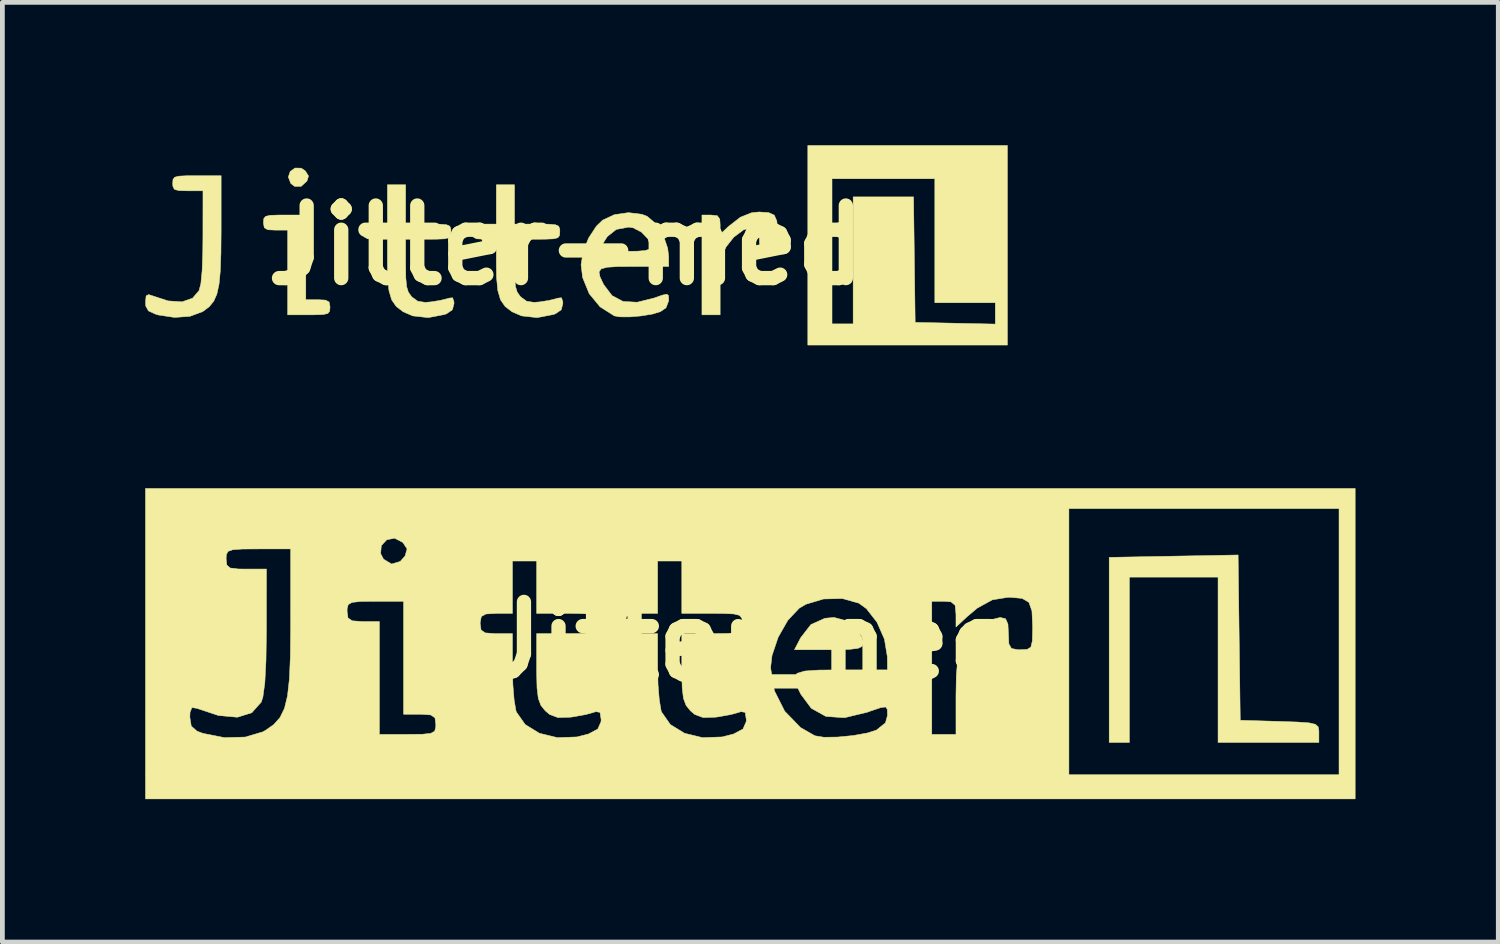
<source format=kicad_pcb>
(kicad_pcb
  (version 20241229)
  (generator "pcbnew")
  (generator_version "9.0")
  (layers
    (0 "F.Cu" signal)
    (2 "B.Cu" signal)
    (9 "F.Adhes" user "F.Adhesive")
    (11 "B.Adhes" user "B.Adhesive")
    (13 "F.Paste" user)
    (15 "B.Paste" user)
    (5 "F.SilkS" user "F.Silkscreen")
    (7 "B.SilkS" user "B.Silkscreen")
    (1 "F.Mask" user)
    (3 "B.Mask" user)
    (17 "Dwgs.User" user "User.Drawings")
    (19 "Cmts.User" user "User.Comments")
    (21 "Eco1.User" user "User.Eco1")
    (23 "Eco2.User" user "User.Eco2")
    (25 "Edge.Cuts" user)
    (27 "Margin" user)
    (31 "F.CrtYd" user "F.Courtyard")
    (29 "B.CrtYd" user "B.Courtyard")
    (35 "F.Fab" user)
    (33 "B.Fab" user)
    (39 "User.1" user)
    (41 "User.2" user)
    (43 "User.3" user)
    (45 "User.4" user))
  (footprint "Jitter_neg"
    (layer "F.Cu")
    (at 12.705 10.423)
    (property "Reference" "Jitter_neg" (at 0 0 0) (layer "F.SilkS") (effects (font (size 1.524 1.524) (thickness 0.3))))
    (attr through_hole)
    (fp_poly (pts (xy 1.995 -0.444) (xy 2.211 -0.285) (xy 2.349 -0.081) (xy 2.371 0.027) (xy 2.349 0.097) (xy 2.262 0.14) (xy 2.079 0.162) (xy 1.768 0.169) (xy 1.649 0.169) (xy 0.927 0.169) (xy 1.057 -0.082) (xy 1.272 -0.359) (xy 1.566 -0.491) (xy 1.758 -0.508) (xy 1.995 -0.444)) (stroke (width 0.01) (type solid)) (fill yes) (layer "F.SilkS"))
    (fp_poly (pts (xy 10.264 -0.085) (xy 10.287 1.651) (xy 11.113 1.675) (xy 11.491 1.688) (xy 11.731 1.705) (xy 11.865 1.736) (xy 11.923 1.788) (xy 11.938 1.872) (xy 11.938 1.908) (xy 11.938 2.117) (xy 9.821 2.117) (xy 9.821 -1.355) (xy 7.959 -1.355) (xy 7.959 2.117) (xy 7.535 2.117) (xy 7.535 -1.77) (xy 8.888 -1.795) (xy 10.242 -1.82) (xy 10.264 -0.085)) (stroke (width 0.01) (type solid)) (fill yes) (layer "F.SilkS"))
    (fp_poly (pts (xy 12.7 3.302) (xy -12.7 3.302) (xy -12.7 1.587) (xy -11.769 1.587) (xy -11.739 1.773) (xy -11.617 1.88) (xy -11.493 1.926) (xy -11.043 2.015) (xy -10.604 2.003) (xy -10.234 1.893) (xy -10.176 1.86) (xy -10.005 1.739) (xy -9.876 1.594) (xy -9.782 1.402) (xy -9.718 1.138) (xy -9.678 0.78) (xy -9.658 0.304) (xy -9.652 -0.314) (xy -9.652 -0.421) (xy -9.652 -0.635) (xy -8.467 -0.635) (xy -8.448 -0.499) (xy -8.361 -0.438) (xy -8.157 -0.423) (xy -8.128 -0.423) (xy -7.789 -0.423) (xy -7.789 1.947) (xy -7.197 1.947) (xy -6.887 1.944) (xy -6.71 1.926) (xy -6.628 1.88) (xy -6.605 1.792) (xy -6.604 1.736) (xy -6.622 1.599) (xy -6.71 1.539) (xy -6.913 1.524) (xy -6.943 1.524) (xy -7.281 1.524) (xy -7.281 -0.381) (xy -5.673 -0.381) (xy -5.654 -0.245) (xy -5.567 -0.184) (xy -5.363 -0.169) (xy -5.334 -0.169) (xy -4.995 -0.169) (xy -4.995 0.545) (xy -4.986 0.904) (xy -4.96 1.222) (xy -4.923 1.442) (xy -4.913 1.476) (xy -4.728 1.74) (xy -4.428 1.924) (xy -4.052 2.015) (xy -3.642 2.001) (xy -3.399 1.939) (xy -3.203 1.835) (xy -3.135 1.681) (xy -3.133 1.634) (xy -3.156 1.485) (xy -3.246 1.469) (xy -3.281 1.482) (xy -3.458 1.531) (xy -3.713 1.577) (xy -3.779 1.586) (xy -4.04 1.594) (xy -4.218 1.527) (xy -4.308 1.449) (xy -4.398 1.337) (xy -4.452 1.192) (xy -4.479 0.971) (xy -4.487 0.633) (xy -4.487 0.55) (xy -4.487 -0.169) (xy -3.852 -0.169) (xy -3.529 -0.172) (xy -3.34 -0.188) (xy -3.249 -0.229) (xy -3.22 -0.307) (xy -3.217 -0.381) (xy -2.625 -0.381) (xy -2.606 -0.245) (xy -2.519 -0.184) (xy -2.315 -0.169) (xy -2.286 -0.169) (xy -1.947 -0.169) (xy -1.947 0.545) (xy -1.938 0.904) (xy -1.912 1.222) (xy -1.875 1.442) (xy -1.865 1.476) (xy -1.68 1.74) (xy -1.38 1.924) (xy -1.004 2.015) (xy -0.594 2.001) (xy -0.351 1.939) (xy -0.155 1.835) (xy -0.087 1.681) (xy -0.085 1.634) (xy -0.108 1.485) (xy -0.198 1.469) (xy -0.233 1.482) (xy -0.41 1.531) (xy -0.665 1.577) (xy -0.731 1.586) (xy -0.992 1.594) (xy -1.17 1.527) (xy -1.26 1.449) (xy -1.35 1.337) (xy -1.404 1.192) (xy -1.431 0.971) (xy -1.439 0.633) (xy -1.439 0.55) (xy -1.439 0.547) (xy 0.425 0.547) (xy 0.505 1.03) (xy 0.722 1.461) (xy 1.054 1.803) (xy 1.355 1.976) (xy 1.545 2.007) (xy 1.836 2.003) (xy 2.163 1.971) (xy 2.462 1.917) (xy 2.646 1.858) (xy 2.837 1.705) (xy 2.879 1.553) (xy 2.877 1.425) (xy 2.843 1.371) (xy 2.738 1.385) (xy 2.521 1.458) (xy 2.455 1.482) (xy 1.977 1.597) (xy 1.587 1.57) (xy 1.28 1.399) (xy 1.058 1.1) (xy 0.959 0.894) (xy 0.927 0.754) (xy 0.981 0.665) (xy 1.143 0.617) (xy 1.431 0.597) (xy 1.867 0.593) (xy 1.905 0.593) (xy 2.879 0.593) (xy 2.877 0.318) (xy 2.816 -0.052) (xy 2.659 -0.408) (xy 2.438 -0.692) (xy 2.279 -0.808) (xy 2.142 -0.847) (xy 3.81 -0.847) (xy 3.81 1.947) (xy 4.318 1.947) (xy 4.318 1.132) (xy 4.325 0.72) (xy 4.349 0.433) (xy 4.398 0.227) (xy 4.478 0.058) (xy 4.489 0.04) (xy 4.728 -0.254) (xy 5.004 -0.447) (xy 5.246 -0.508) (xy 5.359 -0.481) (xy 5.409 -0.369) (xy 5.419 -0.169) (xy 5.429 0.048) (xy 5.483 0.144) (xy 5.618 0.169) (xy 5.673 0.169) (xy 5.814 0.162) (xy 5.89 0.115) (xy 5.921 -0.013) (xy 5.927 -0.263) (xy 5.927 -0.33) (xy 5.913 -0.644) (xy 5.85 -0.825) (xy 5.707 -0.909) (xy 5.455 -0.931) (xy 5.406 -0.931) (xy 5.081 -0.878) (xy 4.764 -0.704) (xy 4.551 -0.524) (xy 4.318 -0.307) (xy 4.318 -0.577) (xy 4.3 -0.764) (xy 4.213 -0.836) (xy 4.064 -0.847) (xy 3.81 -0.847) (xy 2.142 -0.847) (xy 1.933 -0.905) (xy 1.538 -0.896) (xy 1.169 -0.786) (xy 1.027 -0.703) (xy 0.787 -0.448) (xy 0.585 -0.094) (xy 0.455 0.291) (xy 0.425 0.547) (xy -1.439 0.547) (xy -1.439 -0.169) (xy -0.804 -0.169) (xy -0.481 -0.172) (xy -0.292 -0.188) (xy -0.201 -0.229) (xy -0.172 -0.307) (xy -0.169 -0.381) (xy -0.177 -0.489) (xy -0.225 -0.552) (xy -0.348 -0.582) (xy -0.581 -0.592) (xy -0.804 -0.593) (xy -1.439 -0.593) (xy -1.439 -1.693) (xy -1.947 -1.693) (xy -1.947 -0.593) (xy -2.286 -0.593) (xy -2.504 -0.581) (xy -2.601 -0.527) (xy -2.625 -0.399) (xy -2.625 -0.381) (xy -3.217 -0.381) (xy -3.225 -0.489) (xy -3.273 -0.552) (xy -3.396 -0.582) (xy -3.629 -0.592) (xy -3.852 -0.593) (xy -4.487 -0.593) (xy -4.487 -1.693) (xy -4.995 -1.693) (xy -4.995 -0.593) (xy -5.334 -0.593) (xy -5.552 -0.581) (xy -5.649 -0.527) (xy -5.673 -0.399) (xy -5.673 -0.381) (xy -7.281 -0.381) (xy -7.281 -0.847) (xy -7.874 -0.847) (xy -8.184 -0.844) (xy -8.361 -0.825) (xy -8.443 -0.779) (xy -8.466 -0.691) (xy -8.467 -0.635) (xy -9.652 -0.635) (xy -9.652 -1.848) (xy -7.763 -1.848) (xy -7.701 -1.731) (xy -7.532 -1.63) (xy -7.352 -1.684) (xy -7.25 -1.798) (xy -7.207 -1.947) (xy -7.297 -2.084) (xy -7.471 -2.173) (xy -7.636 -2.138) (xy -7.748 -2.017) (xy -7.763 -1.848) (xy -9.652 -1.848) (xy -9.652 -1.947) (xy -10.329 -1.947) (xy -10.665 -1.945) (xy -10.866 -1.931) (xy -10.967 -1.895) (xy -11.003 -1.825) (xy -11.007 -1.736) (xy -10.993 -1.61) (xy -10.923 -1.547) (xy -10.753 -1.526) (xy -10.583 -1.524) (xy -10.16 -1.524) (xy -10.161 -0.233) (xy -10.17 0.397) (xy -10.194 0.861) (xy -10.235 1.162) (xy -10.269 1.269) (xy -10.469 1.493) (xy -10.771 1.587) (xy -11.17 1.55) (xy -11.62 1.4) (xy -11.726 1.384) (xy -11.765 1.485) (xy -11.769 1.587) (xy -12.7 1.587) (xy -12.7 -2.794) (xy 6.689 -2.794) (xy 6.689 2.794) (xy 12.361 2.794) (xy 12.361 -2.794) (xy 6.689 -2.794) (xy -12.7 -2.794) (xy -12.7 -3.217) (xy 12.7 -3.217) (xy 12.7 3.302)) (stroke (width 0.01) (type solid)) (fill yes) (layer "F.SilkS")))
  (footprint "Jitter-med"
    (layer "F.Cu")
    (at 8.832 2.1)
    (property "Reference" "Jitter-med" (at 0 0 0) (layer "F.SilkS") (effects (font (size 1.524 1.524) (thickness 0.3))))
    (attr through_hole)
    (fp_poly (pts (xy -5.557 -1.619) (xy -5.473 -1.563) (xy -5.404 -1.454) (xy -5.437 -1.348) (xy -5.56 -1.236) (xy -5.696 -1.236) (xy -5.776 -1.298) (xy -5.828 -1.433) (xy -5.788 -1.55) (xy -5.686 -1.622) (xy -5.557 -1.619)) (stroke (width 0.01) (type solid)) (fill yes) (layer "F.SilkS"))
    (fp_poly (pts (xy 9.271 2.095) (xy 5.08 2.095) (xy 5.08 -1.397) (xy 5.588 -1.397) (xy 5.588 1.651) (xy 6.032 1.651) (xy 6.032 -1.016) (xy 7.3 -1.016) (xy 7.317 0.302) (xy 7.334 1.619) (xy 9.017 1.655) (xy 9.017 1.206) (xy 7.747 1.206) (xy 7.747 -1.397) (xy 5.588 -1.397) (xy 5.08 -1.397) (xy 5.08 -2.095) (xy 9.271 -2.095) (xy 9.271 2.095)) (stroke (width 0.01) (type solid)) (fill yes) (layer "F.SilkS"))
    (fp_poly (pts (xy -5.461 1.143) (xy -5.207 1.143) (xy -5.043 1.152) (xy -4.971 1.193) (xy -4.953 1.288) (xy -4.953 1.302) (xy -4.96 1.385) (xy -4.998 1.432) (xy -5.095 1.454) (xy -5.279 1.46) (xy -5.397 1.46) (xy -5.842 1.46) (xy -5.842 -0.318) (xy -6.096 -0.318) (xy -6.26 -0.326) (xy -6.332 -0.367) (xy -6.35 -0.462) (xy -6.35 -0.476) (xy -6.343 -0.559) (xy -6.305 -0.607) (xy -6.208 -0.629) (xy -6.024 -0.635) (xy -5.905 -0.635) (xy -5.461 -0.635) (xy -5.461 1.143)) (stroke (width 0.01) (type solid)) (fill yes) (layer "F.SilkS"))
    (fp_poly (pts (xy 4.258 -0.686) (xy 4.376 -0.632) (xy 4.43 -0.508) (xy 4.445 -0.289) (xy 4.445 -0.247) (xy 4.442 -0.039) (xy 4.424 0.073) (xy 4.375 0.118) (xy 4.28 0.127) (xy 4.255 0.127) (xy 4.132 0.117) (xy 4.078 0.063) (xy 4.064 -0.072) (xy 4.064 -0.127) (xy 4.054 -0.293) (xy 4.011 -0.366) (xy 3.935 -0.381) (xy 3.731 -0.324) (xy 3.525 -0.17) (xy 3.367 0.03) (xy 3.304 0.155) (xy 3.265 0.305) (xy 3.245 0.512) (xy 3.239 0.81) (xy 3.239 0.849) (xy 3.239 1.46) (xy 2.857 1.46) (xy 2.857 -0.635) (xy 3.048 -0.635) (xy 3.18 -0.621) (xy 3.231 -0.551) (xy 3.239 -0.433) (xy 3.239 -0.23) (xy 3.413 -0.393) (xy 3.664 -0.589) (xy 3.9 -0.683) (xy 4.055 -0.699) (xy 4.258 -0.686)) (stroke (width 0.01) (type solid)) (fill yes) (layer "F.SilkS"))
    (fp_poly (pts (xy -7.239 -0.315) (xy -7.243 0.166) (xy -7.256 0.538) (xy -7.283 0.818) (xy -7.328 1.025) (xy -7.395 1.176) (xy -7.488 1.289) (xy -7.611 1.382) (xy -7.632 1.395) (xy -7.894 1.492) (xy -8.217 1.515) (xy -8.556 1.464) (xy -8.62 1.445) (xy -8.765 1.378) (xy -8.821 1.277) (xy -8.826 1.191) (xy -8.814 1.063) (xy -8.762 1.035) (xy -8.715 1.05) (xy -8.353 1.168) (xy -8.059 1.188) (xy -7.838 1.11) (xy -7.702 0.951) (xy -7.664 0.804) (xy -7.638 0.535) (xy -7.624 0.142) (xy -7.621 -0.175) (xy -7.62 -1.143) (xy -7.938 -1.143) (xy -8.126 -1.148) (xy -8.22 -1.174) (xy -8.252 -1.238) (xy -8.255 -1.302) (xy -8.25 -1.38) (xy -8.216 -1.428) (xy -8.129 -1.451) (xy -7.961 -1.46) (xy -7.747 -1.46) (xy -7.239 -1.46) (xy -7.239 -0.315)) (stroke (width 0.01) (type solid)) (fill yes) (layer "F.SilkS"))
    (fp_poly (pts (xy -3.365 -0.445) (xy -2.889 -0.445) (xy -2.647 -0.443) (xy -2.505 -0.431) (xy -2.437 -0.4) (xy -2.415 -0.342) (xy -2.413 -0.286) (xy -2.419 -0.205) (xy -2.455 -0.158) (xy -2.547 -0.135) (xy -2.722 -0.128) (xy -2.889 -0.127) (xy -3.365 -0.127) (xy -3.365 0.413) (xy -3.361 0.687) (xy -3.344 0.867) (xy -3.308 0.984) (xy -3.246 1.071) (xy -3.231 1.087) (xy -3.108 1.176) (xy -2.954 1.199) (xy -2.834 1.189) (xy -2.639 1.158) (xy -2.485 1.12) (xy -2.461 1.111) (xy -2.378 1.102) (xy -2.35 1.188) (xy -2.349 1.225) (xy -2.383 1.354) (xy -2.505 1.438) (xy -2.549 1.454) (xy -2.89 1.519) (xy -3.215 1.483) (xy -3.415 1.397) (xy -3.561 1.286) (xy -3.658 1.146) (xy -3.715 0.951) (xy -3.742 0.675) (xy -3.747 0.409) (xy -3.747 -0.127) (xy -4 -0.127) (xy -4.164 -0.136) (xy -4.237 -0.177) (xy -4.254 -0.272) (xy -4.255 -0.286) (xy -4.241 -0.388) (xy -4.175 -0.433) (xy -4.023 -0.444) (xy -4 -0.445) (xy -3.747 -0.445) (xy -3.747 -1.27) (xy -3.365 -1.27) (xy -3.365 -0.445)) (stroke (width 0.01) (type solid)) (fill yes) (layer "F.SilkS"))
    (fp_poly (pts (xy -1.079 -0.445) (xy -0.603 -0.445) (xy -0.361 -0.443) (xy -0.219 -0.431) (xy -0.151 -0.4) (xy -0.129 -0.342) (xy -0.127 -0.286) (xy -0.133 -0.205) (xy -0.169 -0.158) (xy -0.261 -0.135) (xy -0.436 -0.128) (xy -0.603 -0.127) (xy -1.079 -0.127) (xy -1.079 0.413) (xy -1.075 0.687) (xy -1.058 0.867) (xy -1.022 0.984) (xy -0.96 1.071) (xy -0.945 1.087) (xy -0.822 1.176) (xy -0.668 1.199) (xy -0.548 1.189) (xy -0.353 1.158) (xy -0.199 1.12) (xy -0.175 1.111) (xy -0.092 1.102) (xy -0.064 1.188) (xy -0.064 1.225) (xy -0.097 1.354) (xy -0.219 1.438) (xy -0.263 1.454) (xy -0.604 1.519) (xy -0.929 1.483) (xy -1.129 1.397) (xy -1.275 1.286) (xy -1.372 1.146) (xy -1.429 0.951) (xy -1.456 0.675) (xy -1.46 0.409) (xy -1.46 -0.127) (xy -1.714 -0.127) (xy -1.878 -0.136) (xy -1.951 -0.177) (xy -1.968 -0.272) (xy -1.968 -0.286) (xy -1.955 -0.388) (xy -1.889 -0.433) (xy -1.737 -0.444) (xy -1.714 -0.445) (xy -1.46 -0.445) (xy -1.46 -1.27) (xy -1.079 -1.27) (xy -1.079 -0.445)) (stroke (width 0.01) (type solid)) (fill yes) (layer "F.SilkS"))
    (fp_poly (pts (xy 1.597 -0.65) (xy 1.709 -0.606) (xy 1.893 -0.45) (xy 2.044 -0.212) (xy 2.138 0.064) (xy 2.158 0.238) (xy 2.159 0.445) (xy 1.429 0.445) (xy 1.093 0.447) (xy 0.869 0.461) (xy 0.742 0.495) (xy 0.696 0.559) (xy 0.716 0.662) (xy 0.787 0.812) (xy 0.793 0.825) (xy 0.969 1.057) (xy 1.202 1.18) (xy 1.497 1.196) (xy 1.841 1.111) (xy 2.026 1.047) (xy 2.121 1.027) (xy 2.155 1.056) (xy 2.159 1.139) (xy 2.159 1.165) (xy 2.102 1.313) (xy 1.984 1.394) (xy 1.815 1.445) (xy 1.584 1.483) (xy 1.34 1.504) (xy 1.13 1.503) (xy 1.016 1.482) (xy 0.717 1.292) (xy 0.489 1.015) (xy 0.352 0.679) (xy 0.319 0.41) (xy 0.362 0.137) (xy 0.366 0.127) (xy 0.695 0.127) (xy 1.237 0.127) (xy 1.503 0.124) (xy 1.665 0.111) (xy 1.749 0.084) (xy 1.777 0.038) (xy 1.778 0.02) (xy 1.723 -0.135) (xy 1.586 -0.277) (xy 1.411 -0.367) (xy 1.318 -0.381) (xy 1.059 -0.333) (xy 0.87 -0.183) (xy 0.793 -0.062) (xy 0.695 0.127) (xy 0.366 0.127) (xy 0.477 -0.151) (xy 0.64 -0.401) (xy 0.771 -0.527) (xy 1.019 -0.643) (xy 1.314 -0.685) (xy 1.597 -0.65)) (stroke (width 0.01) (type solid)) (fill yes) (layer "F.SilkS")))
  (gr_rect
    (start -3 -3)
    (end 28.41 16.73)
    (stroke (width 0.1) (type default))
    (fill no)
    (layer "Edge.Cuts")))
</source>
